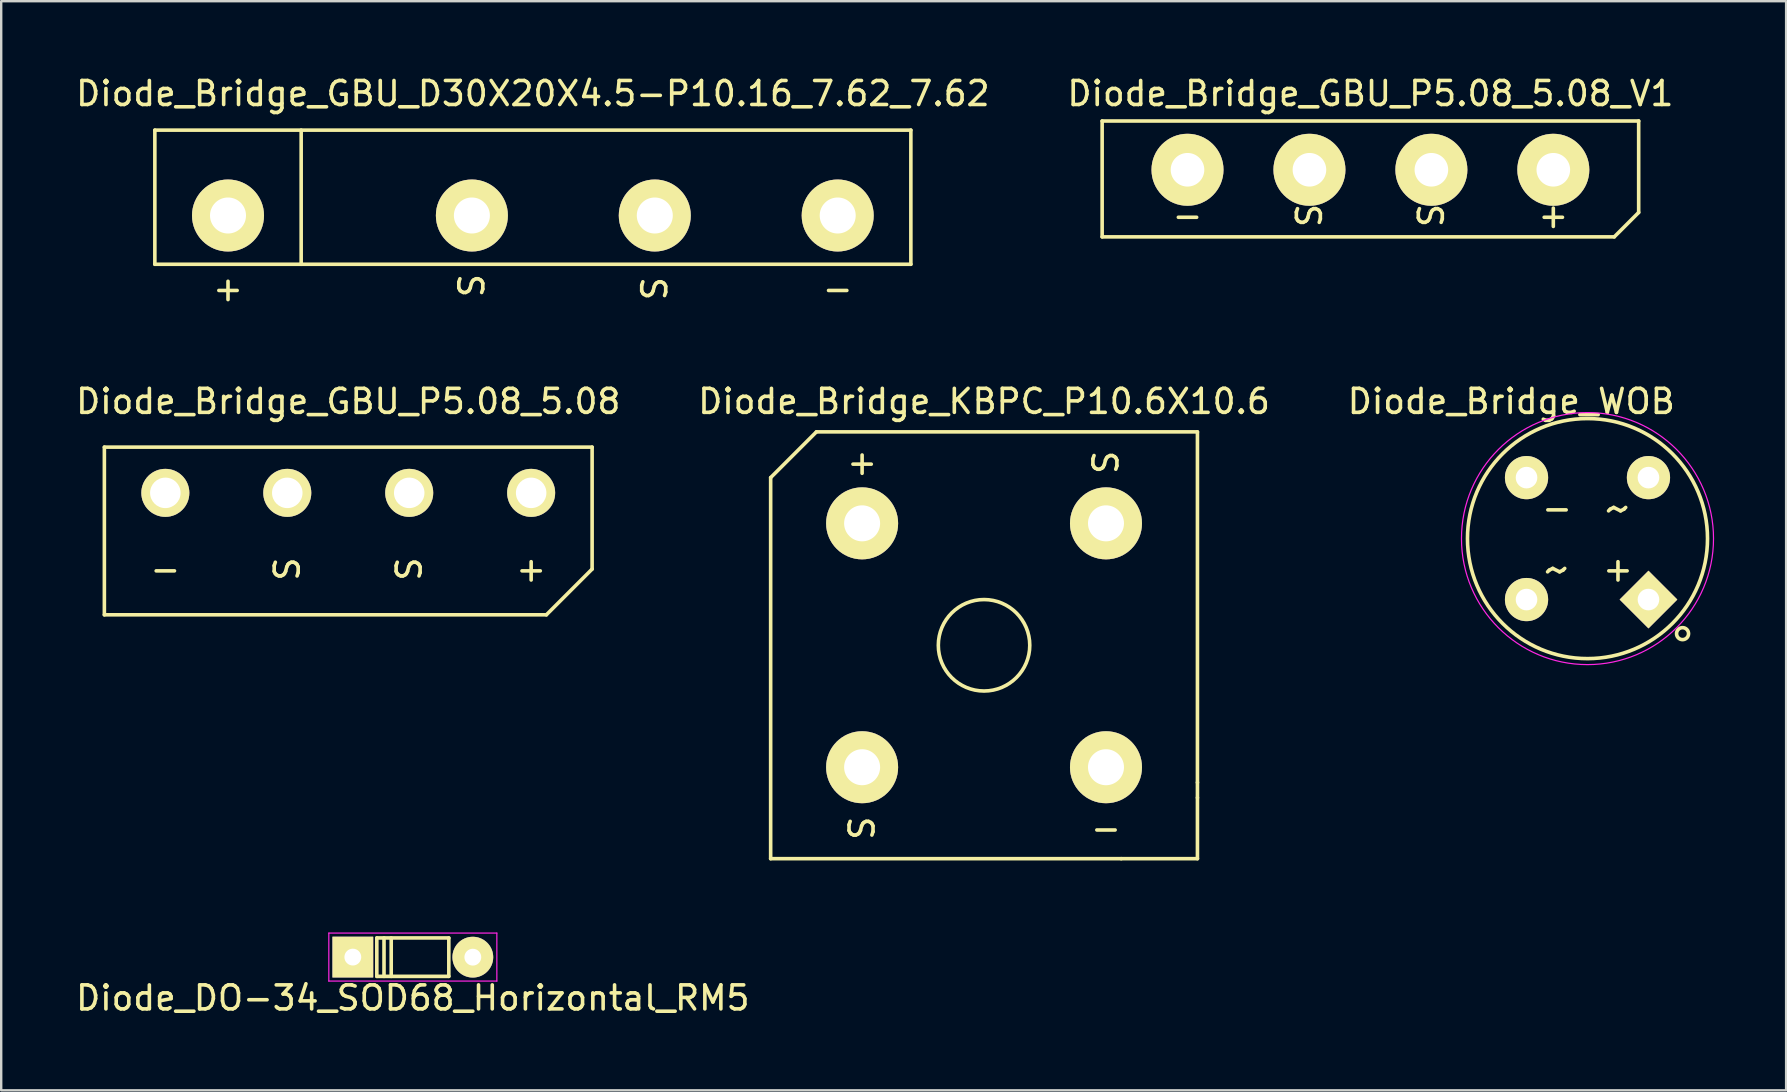
<source format=kicad_pcb>
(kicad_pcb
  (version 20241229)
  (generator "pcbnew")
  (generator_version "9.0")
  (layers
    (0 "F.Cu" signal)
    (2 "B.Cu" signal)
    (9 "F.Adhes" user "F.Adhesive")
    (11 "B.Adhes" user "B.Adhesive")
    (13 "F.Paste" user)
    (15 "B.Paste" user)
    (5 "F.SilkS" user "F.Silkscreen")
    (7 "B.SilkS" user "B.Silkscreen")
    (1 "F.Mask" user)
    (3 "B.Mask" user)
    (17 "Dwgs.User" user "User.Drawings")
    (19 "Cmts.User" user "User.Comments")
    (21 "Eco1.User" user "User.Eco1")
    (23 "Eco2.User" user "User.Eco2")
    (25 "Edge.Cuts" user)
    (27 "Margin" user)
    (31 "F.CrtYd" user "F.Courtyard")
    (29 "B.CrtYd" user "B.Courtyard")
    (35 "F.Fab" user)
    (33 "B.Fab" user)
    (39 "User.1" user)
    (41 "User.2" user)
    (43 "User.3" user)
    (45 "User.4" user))
  (footprint "Diode_Bridge_GBU_P5.08_5.08"
    (layer "F.Cu")
    (at 11.458 17.483)
    (property "Reference" "Diode_Bridge_GBU_P5.08_5.08" (at 0 -3.81 0) (layer "F.SilkS") (effects (font (size 1 1) (thickness 0.15))))
    (attr through_hole)
    (fp_line (start -10.16 -1.905) (end -10.16 5.08) (stroke (width 0.15) (type solid)) (layer "F.SilkS"))
    (fp_line (start -10.16 -1.905) (end 10.16 -1.905) (stroke (width 0.15) (type solid)) (layer "F.SilkS"))
    (fp_line (start -10.16 5.08) (end 8.255 5.08) (stroke (width 0.15) (type solid)) (layer "F.SilkS"))
    (fp_line (start 8.255 5.08) (end 10.16 3.175) (stroke (width 0.15) (type solid)) (layer "F.SilkS"))
    (fp_line (start 10.16 -1.905) (end 10.16 3.175) (stroke (width 0.15) (type solid)) (layer "F.SilkS"))
    (fp_text user "S" (at -2.54 3.175 90) (layer "F.SilkS") (effects (font (size 1 1) (thickness 0.15))))
    (fp_text user "+" (at 7.62 3.175 0) (layer "F.SilkS") (effects (font (size 1 1) (thickness 0.15))))
    (fp_text user "S" (at 2.54 3.175 90) (layer "F.SilkS") (effects (font (size 1 1) (thickness 0.15))))
    (fp_text user "-" (at -7.62 3.175 0) (layer "F.SilkS") (effects (font (size 1 1) (thickness 0.15))))
    (pad "1" thru_hole circle (at -7.62 0) (size 2 2) (drill 1.27) (layers "*.Cu" "*.Mask" "F.SilkS"))
    (pad "2" thru_hole circle (at -2.54 0) (size 2 2) (drill 1.27) (layers "*.Cu" "*.Mask" "F.SilkS"))
    (pad "3" thru_hole circle (at 2.54 0) (size 2 2) (drill 1.27) (layers "*.Cu" "*.Mask" "F.SilkS"))
    (pad "4" thru_hole circle (at 7.62 0) (size 2 2) (drill 1.27) (layers "*.Cu" "*.Mask" "F.SilkS")))
  (footprint "Diode_DO-34_SOD68_Horizontal_RM5"
    (layer "F.Cu")
    (at 11.649 36.823)
    (property "Reference" "Diode_DO-34_SOD68_Horizontal_RM5" (at 2.499 1.703 0) (layer "F.SilkS") (effects (font (size 1 1) (thickness 0.15))))
    (attr through_hole)
    (fp_line (start 0.999 -0.797) (end 3.999 -0.797) (stroke (width 0.15) (type solid)) (layer "F.SilkS"))
    (fp_line (start 0.999 0.803) (end 0.999 -0.797) (stroke (width 0.15) (type solid)) (layer "F.SilkS"))
    (fp_line (start 1.299 -0.797) (end 1.299 0.803) (stroke (width 0.15) (type solid)) (layer "F.SilkS"))
    (fp_line (start 1.599 0.803) (end 1.599 -0.797) (stroke (width 0.15) (type solid)) (layer "F.SilkS"))
    (fp_line (start 3.999 -0.797) (end 3.999 0.803) (stroke (width 0.15) (type solid)) (layer "F.SilkS"))
    (fp_line (start 3.999 0.803) (end 0.999 0.803) (stroke (width 0.15) (type solid)) (layer "F.SilkS"))
    (fp_line (start -1 -1) (end 6 -1) (stroke (width 0.05) (type solid)) (layer "F.CrtYd"))
    (fp_line (start -1 1) (end -1 -1) (stroke (width 0.05) (type solid)) (layer "F.CrtYd"))
    (fp_line (start 6 -1) (end 6 1) (stroke (width 0.05) (type solid)) (layer "F.CrtYd"))
    (fp_line (start 6 1) (end -1 1) (stroke (width 0.05) (type solid)) (layer "F.CrtYd"))
    (pad "1" thru_hole rect (at 0 0 180) (size 1.699 1.699) (drill 0.701) (layers "*.Cu" "*.Mask" "F.SilkS"))
    (pad "2" thru_hole circle (at 4.999 0.003 180) (size 1.699 1.699) (drill 0.701) (layers "*.Cu" "*.Mask" "F.SilkS")))
  (footprint "Diode_Bridge_GBU_P5.08_5.08_V1"
    (layer "F.Cu")
    (at 54.042 4.023)
    (property "Reference" "Diode_Bridge_GBU_P5.08_5.08_V1" (at 0 -3.175 0) (layer "F.SilkS") (effects (font (size 1 1) (thickness 0.15))))
    (attr through_hole)
    (fp_line (start -11.176 -2.032) (end 11.176 -2.032) (stroke (width 0.15) (type solid)) (layer "F.SilkS"))
    (fp_line (start -11.176 2.794) (end -11.176 -2.032) (stroke (width 0.15) (type solid)) (layer "F.SilkS"))
    (fp_line (start 10.16 2.794) (end -11.176 2.794) (stroke (width 0.15) (type solid)) (layer "F.SilkS"))
    (fp_line (start 11.176 -2.032) (end 11.176 1.778) (stroke (width 0.15) (type solid)) (layer "F.SilkS"))
    (fp_line (start 11.176 1.778) (end 10.16 2.794) (stroke (width 0.15) (type solid)) (layer "F.SilkS"))
    (fp_text user "S" (at -2.54 1.905 90) (layer "F.SilkS") (effects (font (size 1 1) (thickness 0.15))))
    (fp_text user "+" (at 7.62 1.905 0) (layer "F.SilkS") (effects (font (size 1 1) (thickness 0.15))))
    (fp_text user "-" (at -7.62 1.905 0) (layer "F.SilkS") (effects (font (size 1 1) (thickness 0.15))))
    (fp_text user "S" (at 2.54 1.905 90) (layer "F.SilkS") (effects (font (size 1 1) (thickness 0.15))))
    (pad "1" thru_hole circle (at -7.62 0) (size 3 3) (drill 1.4) (layers "*.Cu" "*.Mask" "F.SilkS"))
    (pad "2" thru_hole circle (at -2.54 0) (size 3 3) (drill 1.4) (layers "*.Cu" "*.Mask" "F.SilkS"))
    (pad "3" thru_hole circle (at 2.54 0) (size 3 3) (drill 1.4) (layers "*.Cu" "*.Mask" "F.SilkS"))
    (pad "4" thru_hole circle (at 7.62 0) (size 3 3) (drill 1.4) (layers "*.Cu" "*.Mask" "F.SilkS")))
  (footprint "Diode_Bridge_WOB"
    (layer "F.Cu")
    (at 60.546 16.848)
    (property "Reference" "Diode_Bridge_WOB" (at -0.635 -3.175 0) (layer "F.SilkS") (effects (font (size 1 1) (thickness 0.15))))
    (attr through_hole)
    (fp_circle (center 2.54 2.54) (end 7.54 2.54) (stroke (width 0.15) (type solid)) (fill no) (layer "F.SilkS"))
    (fp_circle (center 6.5 6.5) (end 6.75 6.5) (stroke (width 0.15) (type solid)) (fill no) (layer "F.SilkS"))
    (fp_circle (center 2.54 2.54) (end 7.79 2.54) (stroke (width 0.05) (type solid)) (fill no) (layer "F.CrtYd"))
    (fp_text user "+" (at 3.81 3.81 0) (layer "F.SilkS") (effects (font (size 1 1) (thickness 0.15))))
    (fp_text user "~" (at 1.27 3.81 0) (layer "F.SilkS") (effects (font (size 1.5 1.5) (thickness 0.15))))
    (fp_text user "~" (at 3.81 1.27 0) (layer "F.SilkS") (effects (font (size 1.5 1.5) (thickness 0.15))))
    (fp_text user "-" (at 1.27 1.27 0) (layer "F.SilkS") (effects (font (size 1 1) (thickness 0.15))))
    (pad "1" thru_hole circle (at 0 0) (size 1.8 1.8) (drill 0.9) (layers "*.Cu" "*.Mask" "F.SilkS"))
    (pad "2" thru_hole circle (at 0 5.08) (size 1.8 1.8) (drill 0.9) (layers "*.Cu" "*.Mask" "F.SilkS"))
    (pad "3" thru_hole rect (at 5.08 5.08 45) (size 1.7 1.7) (drill 0.9) (layers "*.Cu" "*.Mask" "F.SilkS"))
    (pad "4" thru_hole circle (at 5.08 0) (size 1.8 1.8) (drill 0.9) (layers "*.Cu" "*.Mask" "F.SilkS")))
  (footprint "Diode_Bridge_KBPC_P10.6X10.6"
    (layer "F.Cu")
    (at 37.946 23.833)
    (property "Reference" "Diode_Bridge_KBPC_P10.6X10.6" (at 0 -10.16 0) (layer "F.SilkS") (effects (font (size 1 1) (thickness 0.15))))
    (attr through_hole)
    (fp_line (start -8.89 -6.985) (end -6.985 -8.89) (stroke (width 0.15) (type solid)) (layer "F.SilkS"))
    (fp_line (start -8.89 8.89) (end -8.89 -6.985) (stroke (width 0.15) (type solid)) (layer "F.SilkS"))
    (fp_line (start -6.985 -8.89) (end 8.89 -8.89) (stroke (width 0.15) (type solid)) (layer "F.SilkS"))
    (fp_line (start 5.715 8.89) (end -8.89 8.89) (stroke (width 0.15) (type solid)) (layer "F.SilkS"))
    (fp_line (start 8.89 -8.89) (end 8.89 5.715) (stroke (width 0.15) (type solid)) (layer "F.SilkS"))
    (fp_line (start 8.89 5.715) (end 8.89 6.35) (stroke (width 0.15) (type solid)) (layer "F.SilkS"))
    (fp_line (start 8.89 6.35) (end 8.89 8.89) (stroke (width 0.15) (type solid)) (layer "F.SilkS"))
    (fp_line (start 8.89 8.89) (end 5.715 8.89) (stroke (width 0.15) (type solid)) (layer "F.SilkS"))
    (fp_circle (center 0 0) (end 1.905 0) (stroke (width 0.15) (type solid)) (fill no) (layer "F.SilkS"))
    (fp_text user "+" (at -5.08 -7.62 0) (layer "F.SilkS") (effects (font (size 1 1) (thickness 0.15))))
    (fp_text user "S" (at 5.08 -7.62 90) (layer "F.SilkS") (effects (font (size 1 1) (thickness 0.15))))
    (fp_text user "-" (at 5.08 7.62 0) (layer "F.SilkS") (effects (font (size 1 1) (thickness 0.15))))
    (fp_text user "S" (at -5.08 7.62 90) (layer "F.SilkS") (effects (font (size 1 1) (thickness 0.15))))
    (pad "1" thru_hole circle (at -5.08 5.08) (size 3 3) (drill 1.5) (layers "*.Cu" "*.Mask" "F.SilkS"))
    (pad "2" thru_hole circle (at 5.08 5.08) (size 3 3) (drill 1.5) (layers "*.Cu" "*.Mask" "F.SilkS"))
    (pad "3" thru_hole circle (at 5.08 -5.08) (size 3 3) (drill 1.5) (layers "*.Cu" "*.Mask" "F.SilkS"))
    (pad "4" thru_hole circle (at -5.08 -5.08) (size 3 3) (drill 1.5) (layers "*.Cu" "*.Mask" "F.SilkS")))
  (footprint "Diode_Bridge_GBU_D30X20X4.5-P10.16_7.62_7.62"
    (layer "F.Cu")
    (at 19.149 5.928)
    (property "Reference" "Diode_Bridge_GBU_D30X20X4.5-P10.16_7.62_7.62" (at 0 -5.08 0) (layer "F.SilkS") (effects (font (size 1 1) (thickness 0.15))))
    (attr through_hole)
    (fp_line (start -15.748 -3.556) (end -15.748 2.032) (stroke (width 0.15) (type solid)) (layer "F.SilkS"))
    (fp_line (start -15.748 -3.556) (end 15.748 -3.556) (stroke (width 0.15) (type solid)) (layer "F.SilkS"))
    (fp_line (start -15.748 2.032) (end 15.748 2.032) (stroke (width 0.15) (type solid)) (layer "F.SilkS"))
    (fp_line (start -9.652 -3.556) (end -9.652 2.032) (stroke (width 0.15) (type solid)) (layer "F.SilkS"))
    (fp_line (start 15.748 -3.556) (end 15.748 2.032) (stroke (width 0.15) (type solid)) (layer "F.SilkS"))
    (fp_text user "S" (at 5.08 3.048 90) (layer "F.SilkS") (effects (font (size 1 1) (thickness 0.15))))
    (fp_text user "-" (at 12.7 3.048 0) (layer "F.SilkS") (effects (font (size 1 1) (thickness 0.15))))
    (fp_text user "S" (at -2.54 2.921 90) (layer "F.SilkS") (effects (font (size 1 1) (thickness 0.15))))
    (fp_text user "+" (at -12.7 3.048 0) (layer "F.SilkS") (effects (font (size 1 1) (thickness 0.15))))
    (pad "1" thru_hole circle (at -12.7 0) (size 3 3) (drill 1.5) (layers "*.Cu" "*.Mask" "F.SilkS"))
    (pad "2" thru_hole circle (at -2.54 0) (size 3 3) (drill 1.5) (layers "*.Cu" "*.Mask" "F.SilkS"))
    (pad "3" thru_hole circle (at 5.08 0) (size 3 3) (drill 1.5) (layers "*.Cu" "*.Mask" "F.SilkS"))
    (pad "4" thru_hole circle (at 12.7 0) (size 3 3) (drill 1.5) (layers "*.Cu" "*.Mask" "F.SilkS")))
  (gr_rect
    (start -3 -3)
    (end 71.361 42.374)
    (stroke (width 0.1) (type default))
    (fill no)
    (layer "Edge.Cuts")))
</source>
